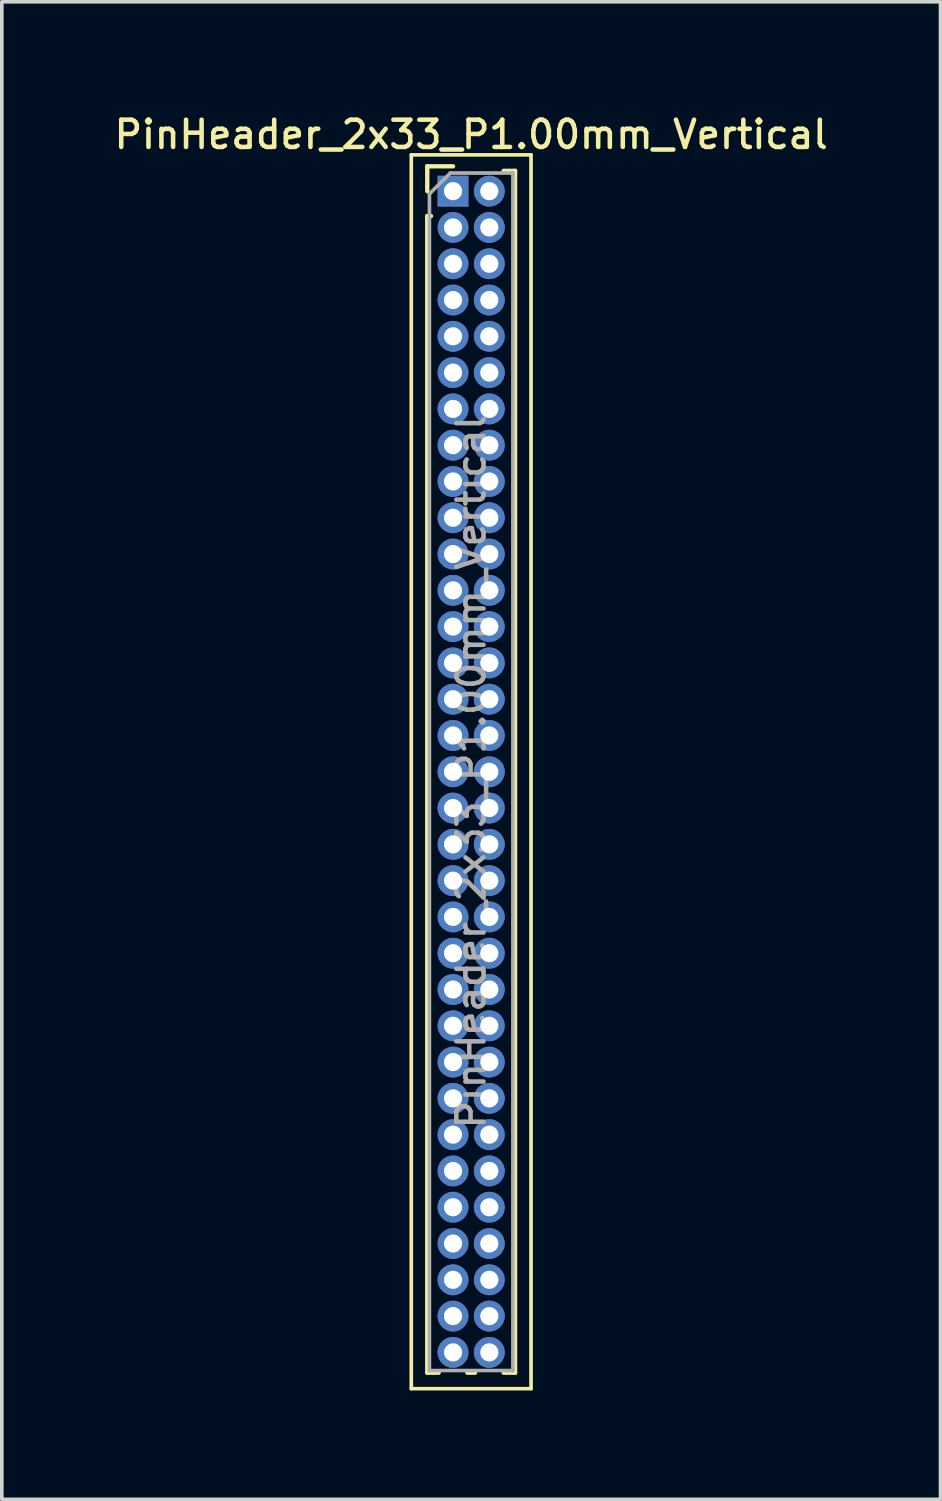
<source format=kicad_pcb>
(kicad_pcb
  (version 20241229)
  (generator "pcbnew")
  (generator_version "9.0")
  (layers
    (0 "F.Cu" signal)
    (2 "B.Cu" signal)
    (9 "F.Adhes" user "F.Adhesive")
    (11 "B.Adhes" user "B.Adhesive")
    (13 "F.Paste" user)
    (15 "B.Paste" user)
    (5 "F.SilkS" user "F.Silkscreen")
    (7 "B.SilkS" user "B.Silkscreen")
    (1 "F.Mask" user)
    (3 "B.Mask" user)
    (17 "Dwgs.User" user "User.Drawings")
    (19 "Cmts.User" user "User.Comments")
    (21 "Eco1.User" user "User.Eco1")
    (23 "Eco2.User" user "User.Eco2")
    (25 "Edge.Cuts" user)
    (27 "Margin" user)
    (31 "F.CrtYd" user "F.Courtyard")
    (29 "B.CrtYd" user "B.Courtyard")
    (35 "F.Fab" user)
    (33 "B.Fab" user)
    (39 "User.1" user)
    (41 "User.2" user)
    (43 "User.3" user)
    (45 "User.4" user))
  (footprint "PinHeader_2x33_P1.00mm_Vertical"
    (layer "F.Cu")
    (at 9.434 2.218)
    (property "Reference" "PinHeader_2x33_P1.00mm_Vertical" (at 0.5 -1.56 0) (layer "F.SilkS") (effects (font (size 0.75 0.75) (thickness 0.125))))
    (attr through_hole)
    (fp_line (start -1.15 -1) (end -1.15 33) (stroke (width 0.1) (type solid)) (layer "F.SilkS"))
    (fp_line (start -1.15 33) (end 2.15 33) (stroke (width 0.1) (type solid)) (layer "F.SilkS"))
    (fp_line (start -0.71 -0.685) (end 0 -0.685) (stroke (width 0.12) (type solid)) (layer "F.SilkS"))
    (fp_line (start -0.71 0) (end -0.71 -0.685) (stroke (width 0.12) (type solid)) (layer "F.SilkS"))
    (fp_line (start -0.71 0.685) (end -0.71 32.56) (stroke (width 0.12) (type solid)) (layer "F.SilkS"))
    (fp_line (start -0.71 0.685) (end -0.608 0.685) (stroke (width 0.12) (type solid)) (layer "F.SilkS"))
    (fp_line (start -0.71 32.56) (end -0.394 32.56) (stroke (width 0.12) (type solid)) (layer "F.SilkS"))
    (fp_line (start 0.394 32.56) (end 0.606 32.56) (stroke (width 0.12) (type solid)) (layer "F.SilkS"))
    (fp_line (start 1.394 -0.56) (end 1.71 -0.56) (stroke (width 0.12) (type solid)) (layer "F.SilkS"))
    (fp_line (start 1.394 32.56) (end 1.71 32.56) (stroke (width 0.12) (type solid)) (layer "F.SilkS"))
    (fp_line (start 1.71 -0.56) (end 1.71 32.56) (stroke (width 0.12) (type solid)) (layer "F.SilkS"))
    (fp_line (start 2.15 -1) (end -1.15 -1) (stroke (width 0.1) (type solid)) (layer "F.SilkS"))
    (fp_line (start 2.15 33) (end 2.15 -1) (stroke (width 0.1) (type solid)) (layer "F.SilkS"))
    (fp_line (start -0.65 0.075) (end -0.075 -0.5) (stroke (width 0.1) (type solid)) (layer "F.Fab"))
    (fp_line (start -0.65 32.5) (end -0.65 0.075) (stroke (width 0.1) (type solid)) (layer "F.Fab"))
    (fp_line (start -0.075 -0.5) (end 1.65 -0.5) (stroke (width 0.1) (type solid)) (layer "F.Fab"))
    (fp_line (start 1.65 -0.5) (end 1.65 32.5) (stroke (width 0.1) (type solid)) (layer "F.Fab"))
    (fp_line (start 1.65 32.5) (end -0.65 32.5) (stroke (width 0.1) (type solid)) (layer "F.Fab"))
    (fp_text user "${REFERENCE}" (at 0.5 16 90) (layer "F.Fab") (effects (font (size 0.75 0.75) (thickness 0.125))))
    (pad "1" thru_hole rect (at 0 0) (size 0.85 0.85) (drill 0.5) (layers "*.Cu" "*.Mask"))
    (pad "2" thru_hole oval (at 1 0) (size 0.85 0.85) (drill 0.5) (layers "*.Cu" "*.Mask"))
    (pad "3" thru_hole oval (at 0 1) (size 0.85 0.85) (drill 0.5) (layers "*.Cu" "*.Mask"))
    (pad "4" thru_hole oval (at 1 1) (size 0.85 0.85) (drill 0.5) (layers "*.Cu" "*.Mask"))
    (pad "5" thru_hole oval (at 0 2) (size 0.85 0.85) (drill 0.5) (layers "*.Cu" "*.Mask"))
    (pad "6" thru_hole oval (at 1 2) (size 0.85 0.85) (drill 0.5) (layers "*.Cu" "*.Mask"))
    (pad "7" thru_hole oval (at 0 3) (size 0.85 0.85) (drill 0.5) (layers "*.Cu" "*.Mask"))
    (pad "8" thru_hole oval (at 1 3) (size 0.85 0.85) (drill 0.5) (layers "*.Cu" "*.Mask"))
    (pad "9" thru_hole oval (at 0 4) (size 0.85 0.85) (drill 0.5) (layers "*.Cu" "*.Mask"))
    (pad "10" thru_hole oval (at 1 4) (size 0.85 0.85) (drill 0.5) (layers "*.Cu" "*.Mask"))
    (pad "11" thru_hole oval (at 0 5) (size 0.85 0.85) (drill 0.5) (layers "*.Cu" "*.Mask"))
    (pad "12" thru_hole oval (at 1 5) (size 0.85 0.85) (drill 0.5) (layers "*.Cu" "*.Mask"))
    (pad "13" thru_hole oval (at 0 6) (size 0.85 0.85) (drill 0.5) (layers "*.Cu" "*.Mask"))
    (pad "14" thru_hole oval (at 1 6) (size 0.85 0.85) (drill 0.5) (layers "*.Cu" "*.Mask"))
    (pad "15" thru_hole oval (at 0 7) (size 0.85 0.85) (drill 0.5) (layers "*.Cu" "*.Mask"))
    (pad "16" thru_hole oval (at 1 7) (size 0.85 0.85) (drill 0.5) (layers "*.Cu" "*.Mask"))
    (pad "17" thru_hole oval (at 0 8) (size 0.85 0.85) (drill 0.5) (layers "*.Cu" "*.Mask"))
    (pad "18" thru_hole oval (at 1 8) (size 0.85 0.85) (drill 0.5) (layers "*.Cu" "*.Mask"))
    (pad "19" thru_hole oval (at 0 9) (size 0.85 0.85) (drill 0.5) (layers "*.Cu" "*.Mask"))
    (pad "20" thru_hole oval (at 1 9) (size 0.85 0.85) (drill 0.5) (layers "*.Cu" "*.Mask"))
    (pad "21" thru_hole oval (at 0 10) (size 0.85 0.85) (drill 0.5) (layers "*.Cu" "*.Mask"))
    (pad "22" thru_hole oval (at 1 10) (size 0.85 0.85) (drill 0.5) (layers "*.Cu" "*.Mask"))
    (pad "23" thru_hole oval (at 0 11) (size 0.85 0.85) (drill 0.5) (layers "*.Cu" "*.Mask"))
    (pad "24" thru_hole oval (at 1 11) (size 0.85 0.85) (drill 0.5) (layers "*.Cu" "*.Mask"))
    (pad "25" thru_hole oval (at 0 12) (size 0.85 0.85) (drill 0.5) (layers "*.Cu" "*.Mask"))
    (pad "26" thru_hole oval (at 1 12) (size 0.85 0.85) (drill 0.5) (layers "*.Cu" "*.Mask"))
    (pad "27" thru_hole oval (at 0 13) (size 0.85 0.85) (drill 0.5) (layers "*.Cu" "*.Mask"))
    (pad "28" thru_hole oval (at 1 13) (size 0.85 0.85) (drill 0.5) (layers "*.Cu" "*.Mask"))
    (pad "29" thru_hole oval (at 0 14) (size 0.85 0.85) (drill 0.5) (layers "*.Cu" "*.Mask"))
    (pad "30" thru_hole oval (at 1 14) (size 0.85 0.85) (drill 0.5) (layers "*.Cu" "*.Mask"))
    (pad "31" thru_hole oval (at 0 15) (size 0.85 0.85) (drill 0.5) (layers "*.Cu" "*.Mask"))
    (pad "32" thru_hole oval (at 1 15) (size 0.85 0.85) (drill 0.5) (layers "*.Cu" "*.Mask"))
    (pad "33" thru_hole oval (at 0 16) (size 0.85 0.85) (drill 0.5) (layers "*.Cu" "*.Mask"))
    (pad "34" thru_hole oval (at 1 16) (size 0.85 0.85) (drill 0.5) (layers "*.Cu" "*.Mask"))
    (pad "35" thru_hole oval (at 0 17) (size 0.85 0.85) (drill 0.5) (layers "*.Cu" "*.Mask"))
    (pad "36" thru_hole oval (at 1 17) (size 0.85 0.85) (drill 0.5) (layers "*.Cu" "*.Mask"))
    (pad "37" thru_hole oval (at 0 18) (size 0.85 0.85) (drill 0.5) (layers "*.Cu" "*.Mask"))
    (pad "38" thru_hole oval (at 1 18) (size 0.85 0.85) (drill 0.5) (layers "*.Cu" "*.Mask"))
    (pad "39" thru_hole oval (at 0 19) (size 0.85 0.85) (drill 0.5) (layers "*.Cu" "*.Mask"))
    (pad "40" thru_hole oval (at 1 19) (size 0.85 0.85) (drill 0.5) (layers "*.Cu" "*.Mask"))
    (pad "41" thru_hole oval (at 0 20) (size 0.85 0.85) (drill 0.5) (layers "*.Cu" "*.Mask"))
    (pad "42" thru_hole oval (at 1 20) (size 0.85 0.85) (drill 0.5) (layers "*.Cu" "*.Mask"))
    (pad "43" thru_hole oval (at 0 21) (size 0.85 0.85) (drill 0.5) (layers "*.Cu" "*.Mask"))
    (pad "44" thru_hole oval (at 1 21) (size 0.85 0.85) (drill 0.5) (layers "*.Cu" "*.Mask"))
    (pad "45" thru_hole oval (at 0 22) (size 0.85 0.85) (drill 0.5) (layers "*.Cu" "*.Mask"))
    (pad "46" thru_hole oval (at 1 22) (size 0.85 0.85) (drill 0.5) (layers "*.Cu" "*.Mask"))
    (pad "47" thru_hole oval (at 0 23) (size 0.85 0.85) (drill 0.5) (layers "*.Cu" "*.Mask"))
    (pad "48" thru_hole oval (at 1 23) (size 0.85 0.85) (drill 0.5) (layers "*.Cu" "*.Mask"))
    (pad "49" thru_hole oval (at 0 24) (size 0.85 0.85) (drill 0.5) (layers "*.Cu" "*.Mask"))
    (pad "50" thru_hole oval (at 1 24) (size 0.85 0.85) (drill 0.5) (layers "*.Cu" "*.Mask"))
    (pad "51" thru_hole oval (at 0 25) (size 0.85 0.85) (drill 0.5) (layers "*.Cu" "*.Mask"))
    (pad "52" thru_hole oval (at 1 25) (size 0.85 0.85) (drill 0.5) (layers "*.Cu" "*.Mask"))
    (pad "53" thru_hole oval (at 0 26) (size 0.85 0.85) (drill 0.5) (layers "*.Cu" "*.Mask"))
    (pad "54" thru_hole oval (at 1 26) (size 0.85 0.85) (drill 0.5) (layers "*.Cu" "*.Mask"))
    (pad "55" thru_hole oval (at 0 27) (size 0.85 0.85) (drill 0.5) (layers "*.Cu" "*.Mask"))
    (pad "56" thru_hole oval (at 1 27) (size 0.85 0.85) (drill 0.5) (layers "*.Cu" "*.Mask"))
    (pad "57" thru_hole oval (at 0 28) (size 0.85 0.85) (drill 0.5) (layers "*.Cu" "*.Mask"))
    (pad "58" thru_hole oval (at 1 28) (size 0.85 0.85) (drill 0.5) (layers "*.Cu" "*.Mask"))
    (pad "59" thru_hole oval (at 0 29) (size 0.85 0.85) (drill 0.5) (layers "*.Cu" "*.Mask"))
    (pad "60" thru_hole oval (at 1 29) (size 0.85 0.85) (drill 0.5) (layers "*.Cu" "*.Mask"))
    (pad "61" thru_hole oval (at 0 30) (size 0.85 0.85) (drill 0.5) (layers "*.Cu" "*.Mask"))
    (pad "62" thru_hole oval (at 1 30) (size 0.85 0.85) (drill 0.5) (layers "*.Cu" "*.Mask"))
    (pad "63" thru_hole oval (at 0 31) (size 0.85 0.85) (drill 0.5) (layers "*.Cu" "*.Mask"))
    (pad "64" thru_hole oval (at 1 31) (size 0.85 0.85) (drill 0.5) (layers "*.Cu" "*.Mask"))
    (pad "65" thru_hole oval (at 0 32) (size 0.85 0.85) (drill 0.5) (layers "*.Cu" "*.Mask"))
    (pad "66" thru_hole oval (at 1 32) (size 0.85 0.85) (drill 0.5) (layers "*.Cu" "*.Mask")))
  (gr_rect
    (start -3 -3)
    (end 22.868 38.268)
    (stroke (width 0.1) (type default))
    (fill no)
    (layer "Edge.Cuts")))
</source>
